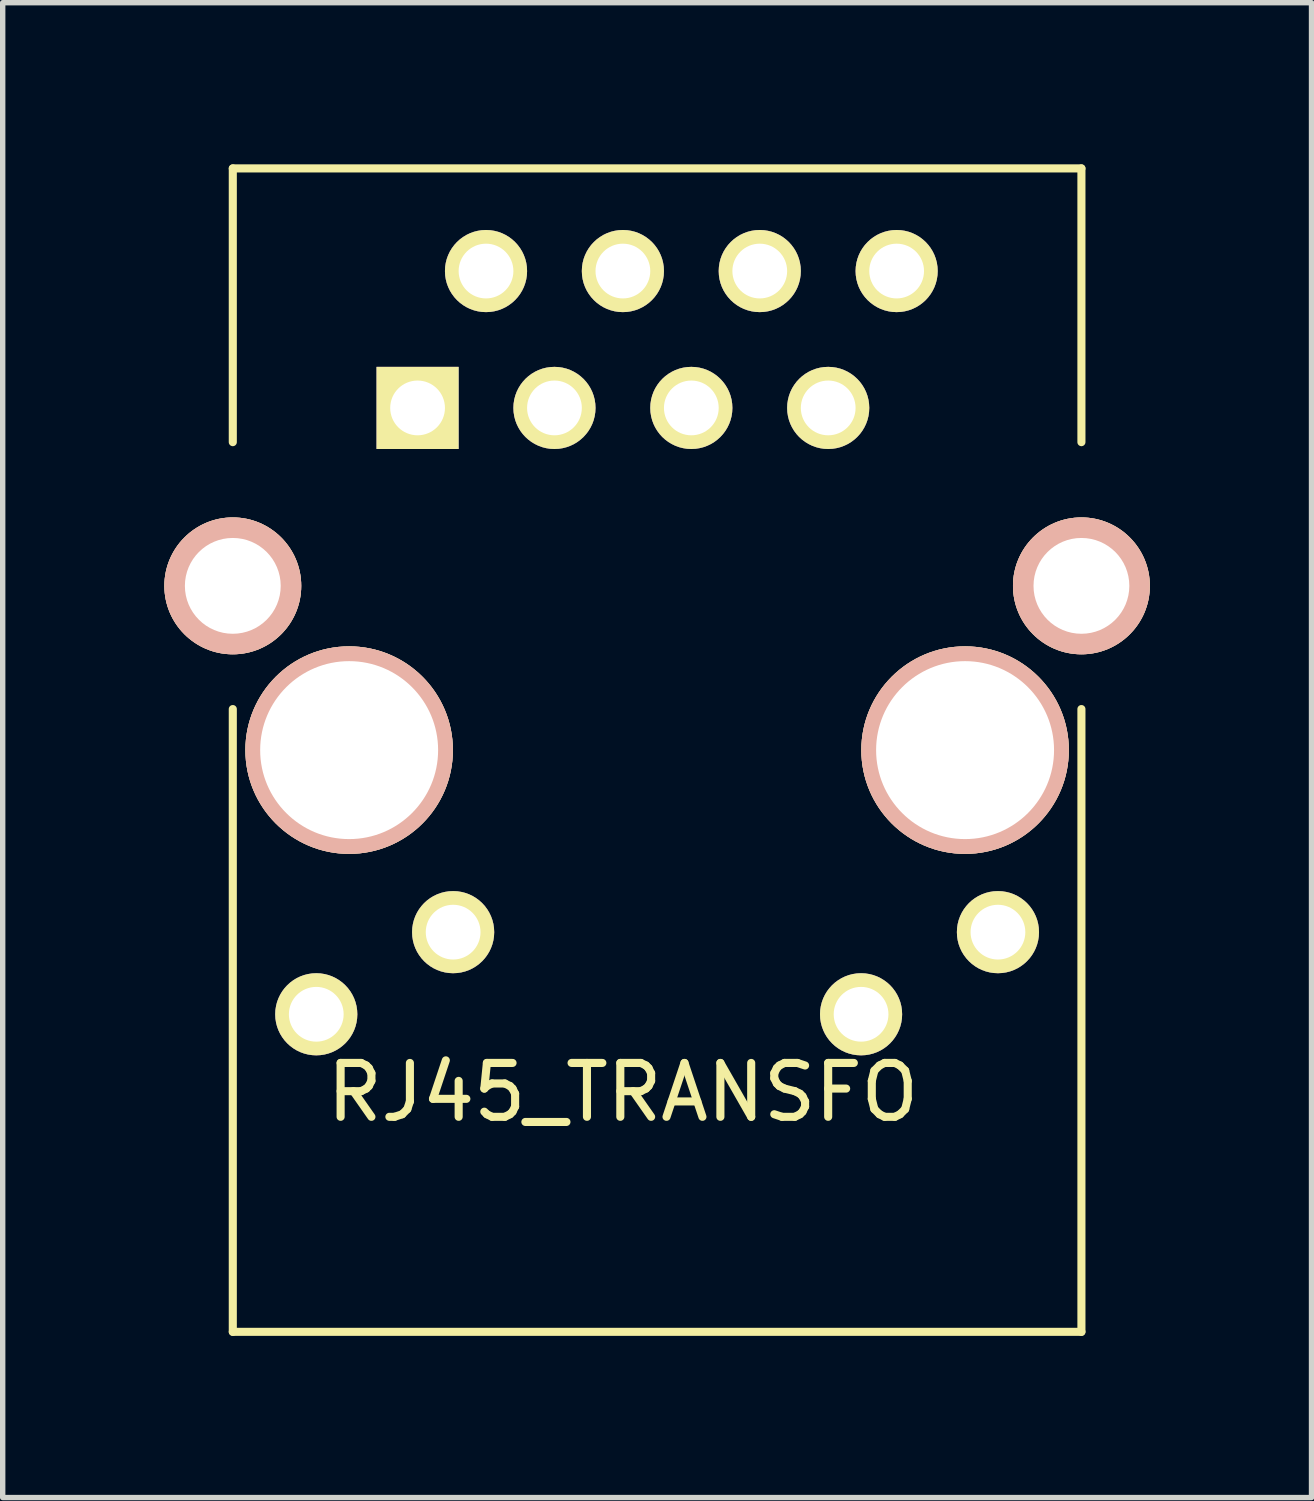
<source format=kicad_pcb>
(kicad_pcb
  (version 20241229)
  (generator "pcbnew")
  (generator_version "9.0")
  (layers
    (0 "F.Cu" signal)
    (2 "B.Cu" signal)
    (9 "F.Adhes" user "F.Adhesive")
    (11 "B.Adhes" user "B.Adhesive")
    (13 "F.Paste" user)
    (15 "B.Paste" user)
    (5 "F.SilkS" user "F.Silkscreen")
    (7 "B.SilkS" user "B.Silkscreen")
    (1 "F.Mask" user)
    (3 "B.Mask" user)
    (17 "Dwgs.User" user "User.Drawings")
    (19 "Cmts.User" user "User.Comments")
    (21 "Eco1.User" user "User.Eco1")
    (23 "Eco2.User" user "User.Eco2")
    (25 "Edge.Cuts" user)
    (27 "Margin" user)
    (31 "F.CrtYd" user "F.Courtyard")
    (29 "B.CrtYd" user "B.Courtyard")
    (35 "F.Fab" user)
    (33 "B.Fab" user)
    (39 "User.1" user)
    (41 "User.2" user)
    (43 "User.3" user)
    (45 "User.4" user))
  (footprint "RJ45_TRANSFO"
    (layer "F.Cu")
    (at 13.589 1.98)
    (property "Reference" "RJ45_TRANSFO" (at -5.08 15.24 0) (layer "F.SilkS") (effects (font (size 1 1) (thickness 0.15))))
    (attr through_hole)
    (fp_line (start -12.319 -1.905) (end 3.429 -1.905) (stroke (width 0.15) (type solid)) (layer "F.SilkS"))
    (fp_line (start -12.319 3.175) (end -12.319 -1.905) (stroke (width 0.15) (type solid)) (layer "F.SilkS"))
    (fp_line (start -12.319 19.685) (end -12.319 8.128) (stroke (width 0.15) (type solid)) (layer "F.SilkS"))
    (fp_line (start -12.319 19.685) (end 3.429 19.685) (stroke (width 0.15) (type solid)) (layer "F.SilkS"))
    (fp_line (start 3.429 3.175) (end 3.429 -1.905) (stroke (width 0.15) (type solid)) (layer "F.SilkS"))
    (fp_line (start 3.429 19.685) (end 3.429 8.128) (stroke (width 0.15) (type solid)) (layer "F.SilkS"))
    (pad "1" thru_hole rect (at -8.89 2.54) (size 1.524 1.524) (drill 1.016) (layers "*.Cu" "*.Mask" "F.SilkS"))
    (pad "2" thru_hole circle (at -7.62 0) (size 1.524 1.524) (drill 1.016) (layers "*.Cu" "*.Mask" "F.SilkS"))
    (pad "3" thru_hole circle (at -6.35 2.54) (size 1.524 1.524) (drill 1.016) (layers "*.Cu" "*.Mask" "F.SilkS"))
    (pad "4" thru_hole circle (at -5.08 0) (size 1.524 1.524) (drill 1.016) (layers "*.Cu" "*.Mask" "F.SilkS"))
    (pad "5" thru_hole circle (at -3.81 2.54) (size 1.524 1.524) (drill 1.016) (layers "*.Cu" "*.Mask" "F.SilkS"))
    (pad "6" thru_hole circle (at -2.54 0) (size 1.524 1.524) (drill 1.016) (layers "*.Cu" "*.Mask" "F.SilkS"))
    (pad "7" thru_hole circle (at -1.27 2.54) (size 1.524 1.524) (drill 1.016) (layers "*.Cu" "*.Mask" "F.SilkS"))
    (pad "8" thru_hole circle (at 0 0) (size 1.524 1.524) (drill 1.016) (layers "*.Cu" "*.Mask" "F.SilkS"))
    (pad "13" thru_hole circle (at -12.319 5.842) (size 2.54 2.54) (drill 1.778) (layers "*.Cu" "*.SilkS" "*.Mask"))
    (pad "13" thru_hole circle (at 3.429 5.842) (size 2.54 2.54) (drill 1.778) (layers "*.Cu" "*.SilkS" "*.Mask"))
    (pad "GA" thru_hole circle (at -10.77 13.792) (size 1.524 1.524) (drill 1.016) (layers "*.Cu" "*.Mask" "F.SilkS"))
    (pad "GK" thru_hole circle (at -8.23 12.268) (size 1.524 1.524) (drill 1.016) (layers "*.Cu" "*.Mask" "F.SilkS"))
    (pad "Hole" thru_hole circle (at -10.16 8.89) (size 3.851 3.851) (drill 3.302) (layers "*.Cu" "*.SilkS" "*.Mask"))
    (pad "Hole" thru_hole circle (at 1.27 8.89) (size 3.851 3.851) (drill 3.302) (layers "*.Cu" "*.SilkS" "*.Mask"))
    (pad "YA" thru_hole circle (at 1.88 12.268) (size 1.524 1.524) (drill 1.016) (layers "*.Cu" "*.Mask" "F.SilkS"))
    (pad "YK" thru_hole circle (at -0.66 13.792) (size 1.524 1.524) (drill 1.016) (layers "*.Cu" "*.Mask" "F.SilkS")))
  (gr_rect
    (start -3 -3)
    (end 21.288 24.74)
    (stroke (width 0.1) (type default))
    (fill no)
    (layer "Edge.Cuts")))
</source>
